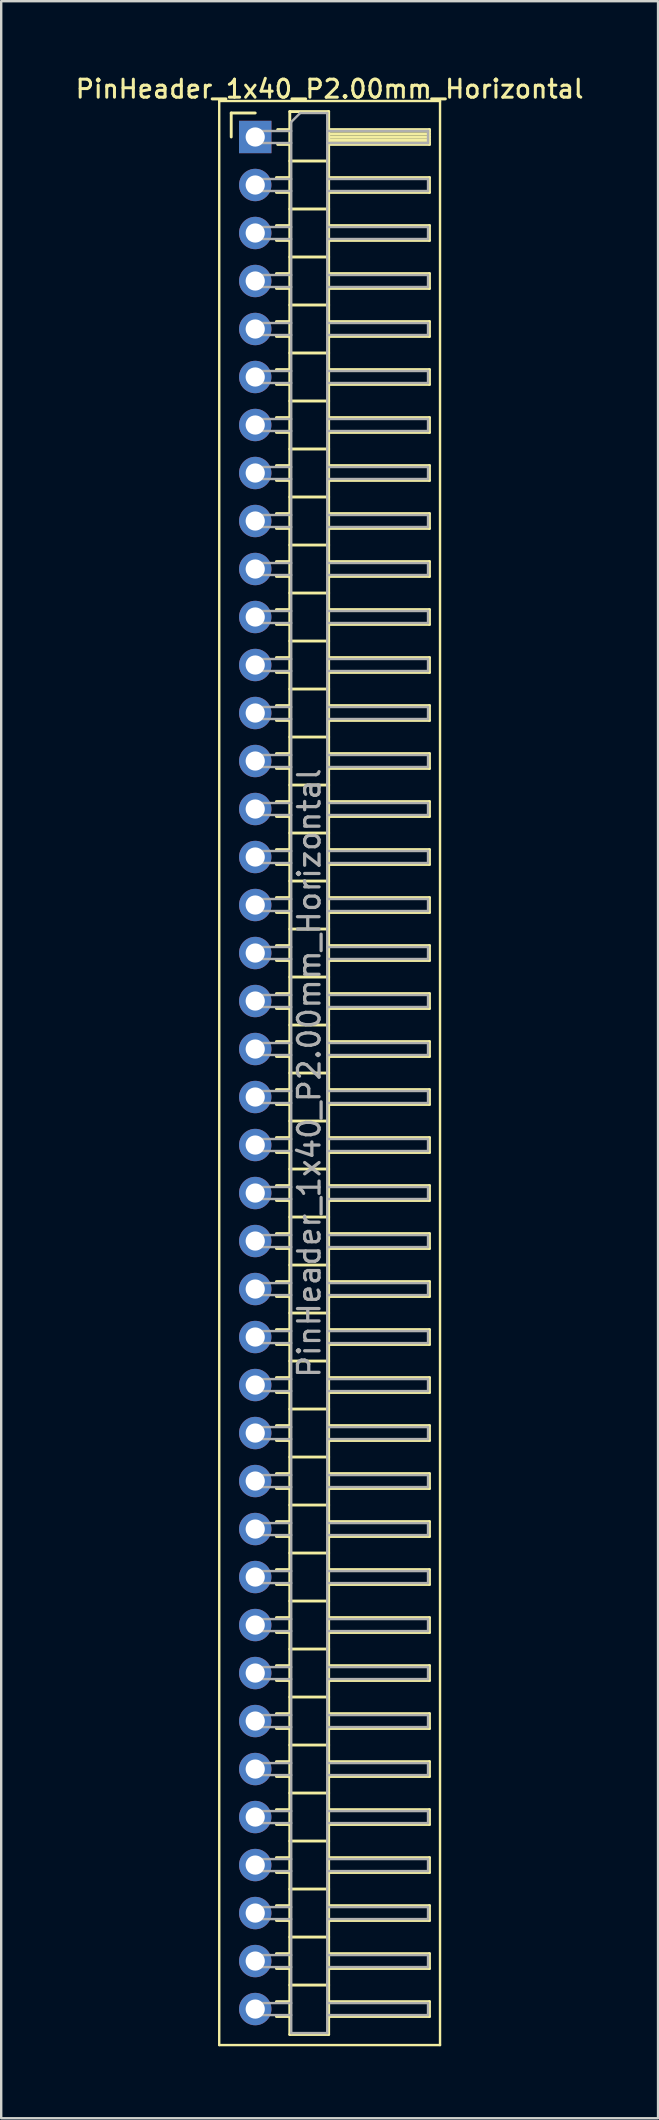
<source format=kicad_pcb>
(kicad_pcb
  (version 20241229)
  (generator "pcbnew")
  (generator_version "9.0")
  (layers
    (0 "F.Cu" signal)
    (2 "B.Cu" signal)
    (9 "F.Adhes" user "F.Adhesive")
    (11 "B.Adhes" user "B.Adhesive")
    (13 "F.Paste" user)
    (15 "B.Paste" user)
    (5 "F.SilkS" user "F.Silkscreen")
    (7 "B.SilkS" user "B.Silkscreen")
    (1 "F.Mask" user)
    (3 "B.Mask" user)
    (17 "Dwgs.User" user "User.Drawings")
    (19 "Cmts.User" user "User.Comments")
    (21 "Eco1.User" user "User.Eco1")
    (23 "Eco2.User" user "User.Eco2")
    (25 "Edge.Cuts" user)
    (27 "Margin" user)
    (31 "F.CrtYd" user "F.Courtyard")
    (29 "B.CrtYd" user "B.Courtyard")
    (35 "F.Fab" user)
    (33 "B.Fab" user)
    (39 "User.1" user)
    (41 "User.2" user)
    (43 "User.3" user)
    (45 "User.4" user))
  (footprint "PinHeader_1x40_P2.00mm_Horizontal"
    (layer "F.Cu")
    (at 7.584 2.658)
    (property "Reference" "PinHeader_1x40_P2.00mm_Horizontal" (at 3.1 -2 0) (layer "F.SilkS") (effects (font (size 0.75 0.75) (thickness 0.125))))
    (attr through_hole)
    (fp_line (start -1.5 -1.5) (end -1.5 79.5) (stroke (width 0.1) (type solid)) (layer "F.SilkS"))
    (fp_line (start -1.5 79.5) (end 7.7 79.5) (stroke (width 0.1) (type solid)) (layer "F.SilkS"))
    (fp_line (start -1 -1) (end 0 -1) (stroke (width 0.12) (type solid)) (layer "F.SilkS"))
    (fp_line (start -1 0) (end -1 -1) (stroke (width 0.12) (type solid)) (layer "F.SilkS"))
    (fp_line (start 0.882 1.69) (end 1.44 1.69) (stroke (width 0.12) (type solid)) (layer "F.SilkS"))
    (fp_line (start 0.882 2.31) (end 1.44 2.31) (stroke (width 0.12) (type solid)) (layer "F.SilkS"))
    (fp_line (start 0.882 3.69) (end 1.44 3.69) (stroke (width 0.12) (type solid)) (layer "F.SilkS"))
    (fp_line (start 0.882 4.31) (end 1.44 4.31) (stroke (width 0.12) (type solid)) (layer "F.SilkS"))
    (fp_line (start 0.882 5.69) (end 1.44 5.69) (stroke (width 0.12) (type solid)) (layer "F.SilkS"))
    (fp_line (start 0.882 6.31) (end 1.44 6.31) (stroke (width 0.12) (type solid)) (layer "F.SilkS"))
    (fp_line (start 0.882 7.69) (end 1.44 7.69) (stroke (width 0.12) (type solid)) (layer "F.SilkS"))
    (fp_line (start 0.882 8.31) (end 1.44 8.31) (stroke (width 0.12) (type solid)) (layer "F.SilkS"))
    (fp_line (start 0.882 9.69) (end 1.44 9.69) (stroke (width 0.12) (type solid)) (layer "F.SilkS"))
    (fp_line (start 0.882 10.31) (end 1.44 10.31) (stroke (width 0.12) (type solid)) (layer "F.SilkS"))
    (fp_line (start 0.882 11.69) (end 1.44 11.69) (stroke (width 0.12) (type solid)) (layer "F.SilkS"))
    (fp_line (start 0.882 12.31) (end 1.44 12.31) (stroke (width 0.12) (type solid)) (layer "F.SilkS"))
    (fp_line (start 0.882 13.69) (end 1.44 13.69) (stroke (width 0.12) (type solid)) (layer "F.SilkS"))
    (fp_line (start 0.882 14.31) (end 1.44 14.31) (stroke (width 0.12) (type solid)) (layer "F.SilkS"))
    (fp_line (start 0.882 15.69) (end 1.44 15.69) (stroke (width 0.12) (type solid)) (layer "F.SilkS"))
    (fp_line (start 0.882 16.31) (end 1.44 16.31) (stroke (width 0.12) (type solid)) (layer "F.SilkS"))
    (fp_line (start 0.882 17.69) (end 1.44 17.69) (stroke (width 0.12) (type solid)) (layer "F.SilkS"))
    (fp_line (start 0.882 18.31) (end 1.44 18.31) (stroke (width 0.12) (type solid)) (layer "F.SilkS"))
    (fp_line (start 0.882 19.69) (end 1.44 19.69) (stroke (width 0.12) (type solid)) (layer "F.SilkS"))
    (fp_line (start 0.882 20.31) (end 1.44 20.31) (stroke (width 0.12) (type solid)) (layer "F.SilkS"))
    (fp_line (start 0.882 21.69) (end 1.44 21.69) (stroke (width 0.12) (type solid)) (layer "F.SilkS"))
    (fp_line (start 0.882 22.31) (end 1.44 22.31) (stroke (width 0.12) (type solid)) (layer "F.SilkS"))
    (fp_line (start 0.882 23.69) (end 1.44 23.69) (stroke (width 0.12) (type solid)) (layer "F.SilkS"))
    (fp_line (start 0.882 24.31) (end 1.44 24.31) (stroke (width 0.12) (type solid)) (layer "F.SilkS"))
    (fp_line (start 0.882 25.69) (end 1.44 25.69) (stroke (width 0.12) (type solid)) (layer "F.SilkS"))
    (fp_line (start 0.882 26.31) (end 1.44 26.31) (stroke (width 0.12) (type solid)) (layer "F.SilkS"))
    (fp_line (start 0.882 27.69) (end 1.44 27.69) (stroke (width 0.12) (type solid)) (layer "F.SilkS"))
    (fp_line (start 0.882 28.31) (end 1.44 28.31) (stroke (width 0.12) (type solid)) (layer "F.SilkS"))
    (fp_line (start 0.882 29.69) (end 1.44 29.69) (stroke (width 0.12) (type solid)) (layer "F.SilkS"))
    (fp_line (start 0.882 30.31) (end 1.44 30.31) (stroke (width 0.12) (type solid)) (layer "F.SilkS"))
    (fp_line (start 0.882 31.69) (end 1.44 31.69) (stroke (width 0.12) (type solid)) (layer "F.SilkS"))
    (fp_line (start 0.882 32.31) (end 1.44 32.31) (stroke (width 0.12) (type solid)) (layer "F.SilkS"))
    (fp_line (start 0.882 33.69) (end 1.44 33.69) (stroke (width 0.12) (type solid)) (layer "F.SilkS"))
    (fp_line (start 0.882 34.31) (end 1.44 34.31) (stroke (width 0.12) (type solid)) (layer "F.SilkS"))
    (fp_line (start 0.882 35.69) (end 1.44 35.69) (stroke (width 0.12) (type solid)) (layer "F.SilkS"))
    (fp_line (start 0.882 36.31) (end 1.44 36.31) (stroke (width 0.12) (type solid)) (layer "F.SilkS"))
    (fp_line (start 0.882 37.69) (end 1.44 37.69) (stroke (width 0.12) (type solid)) (layer "F.SilkS"))
    (fp_line (start 0.882 38.31) (end 1.44 38.31) (stroke (width 0.12) (type solid)) (layer "F.SilkS"))
    (fp_line (start 0.882 39.69) (end 1.44 39.69) (stroke (width 0.12) (type solid)) (layer "F.SilkS"))
    (fp_line (start 0.882 40.31) (end 1.44 40.31) (stroke (width 0.12) (type solid)) (layer "F.SilkS"))
    (fp_line (start 0.882 41.69) (end 1.44 41.69) (stroke (width 0.12) (type solid)) (layer "F.SilkS"))
    (fp_line (start 0.882 42.31) (end 1.44 42.31) (stroke (width 0.12) (type solid)) (layer "F.SilkS"))
    (fp_line (start 0.882 43.69) (end 1.44 43.69) (stroke (width 0.12) (type solid)) (layer "F.SilkS"))
    (fp_line (start 0.882 44.31) (end 1.44 44.31) (stroke (width 0.12) (type solid)) (layer "F.SilkS"))
    (fp_line (start 0.882 45.69) (end 1.44 45.69) (stroke (width 0.12) (type solid)) (layer "F.SilkS"))
    (fp_line (start 0.882 46.31) (end 1.44 46.31) (stroke (width 0.12) (type solid)) (layer "F.SilkS"))
    (fp_line (start 0.882 47.69) (end 1.44 47.69) (stroke (width 0.12) (type solid)) (layer "F.SilkS"))
    (fp_line (start 0.882 48.31) (end 1.44 48.31) (stroke (width 0.12) (type solid)) (layer "F.SilkS"))
    (fp_line (start 0.882 49.69) (end 1.44 49.69) (stroke (width 0.12) (type solid)) (layer "F.SilkS"))
    (fp_line (start 0.882 50.31) (end 1.44 50.31) (stroke (width 0.12) (type solid)) (layer "F.SilkS"))
    (fp_line (start 0.882 51.69) (end 1.44 51.69) (stroke (width 0.12) (type solid)) (layer "F.SilkS"))
    (fp_line (start 0.882 52.31) (end 1.44 52.31) (stroke (width 0.12) (type solid)) (layer "F.SilkS"))
    (fp_line (start 0.882 53.69) (end 1.44 53.69) (stroke (width 0.12) (type solid)) (layer "F.SilkS"))
    (fp_line (start 0.882 54.31) (end 1.44 54.31) (stroke (width 0.12) (type solid)) (layer "F.SilkS"))
    (fp_line (start 0.882 55.69) (end 1.44 55.69) (stroke (width 0.12) (type solid)) (layer "F.SilkS"))
    (fp_line (start 0.882 56.31) (end 1.44 56.31) (stroke (width 0.12) (type solid)) (layer "F.SilkS"))
    (fp_line (start 0.882 57.69) (end 1.44 57.69) (stroke (width 0.12) (type solid)) (layer "F.SilkS"))
    (fp_line (start 0.882 58.31) (end 1.44 58.31) (stroke (width 0.12) (type solid)) (layer "F.SilkS"))
    (fp_line (start 0.882 59.69) (end 1.44 59.69) (stroke (width 0.12) (type solid)) (layer "F.SilkS"))
    (fp_line (start 0.882 60.31) (end 1.44 60.31) (stroke (width 0.12) (type solid)) (layer "F.SilkS"))
    (fp_line (start 0.882 61.69) (end 1.44 61.69) (stroke (width 0.12) (type solid)) (layer "F.SilkS"))
    (fp_line (start 0.882 62.31) (end 1.44 62.31) (stroke (width 0.12) (type solid)) (layer "F.SilkS"))
    (fp_line (start 0.882 63.69) (end 1.44 63.69) (stroke (width 0.12) (type solid)) (layer "F.SilkS"))
    (fp_line (start 0.882 64.31) (end 1.44 64.31) (stroke (width 0.12) (type solid)) (layer "F.SilkS"))
    (fp_line (start 0.882 65.69) (end 1.44 65.69) (stroke (width 0.12) (type solid)) (layer "F.SilkS"))
    (fp_line (start 0.882 66.31) (end 1.44 66.31) (stroke (width 0.12) (type solid)) (layer "F.SilkS"))
    (fp_line (start 0.882 67.69) (end 1.44 67.69) (stroke (width 0.12) (type solid)) (layer "F.SilkS"))
    (fp_line (start 0.882 68.31) (end 1.44 68.31) (stroke (width 0.12) (type solid)) (layer "F.SilkS"))
    (fp_line (start 0.882 69.69) (end 1.44 69.69) (stroke (width 0.12) (type solid)) (layer "F.SilkS"))
    (fp_line (start 0.882 70.31) (end 1.44 70.31) (stroke (width 0.12) (type solid)) (layer "F.SilkS"))
    (fp_line (start 0.882 71.69) (end 1.44 71.69) (stroke (width 0.12) (type solid)) (layer "F.SilkS"))
    (fp_line (start 0.882 72.31) (end 1.44 72.31) (stroke (width 0.12) (type solid)) (layer "F.SilkS"))
    (fp_line (start 0.882 73.69) (end 1.44 73.69) (stroke (width 0.12) (type solid)) (layer "F.SilkS"))
    (fp_line (start 0.882 74.31) (end 1.44 74.31) (stroke (width 0.12) (type solid)) (layer "F.SilkS"))
    (fp_line (start 0.882 75.69) (end 1.44 75.69) (stroke (width 0.12) (type solid)) (layer "F.SilkS"))
    (fp_line (start 0.882 76.31) (end 1.44 76.31) (stroke (width 0.12) (type solid)) (layer "F.SilkS"))
    (fp_line (start 0.882 77.69) (end 1.44 77.69) (stroke (width 0.12) (type solid)) (layer "F.SilkS"))
    (fp_line (start 0.882 78.31) (end 1.44 78.31) (stroke (width 0.12) (type solid)) (layer "F.SilkS"))
    (fp_line (start 0.935 -0.31) (end 1.44 -0.31) (stroke (width 0.12) (type solid)) (layer "F.SilkS"))
    (fp_line (start 0.935 0.31) (end 1.44 0.31) (stroke (width 0.12) (type solid)) (layer "F.SilkS"))
    (fp_line (start 1.44 -1.06) (end 1.44 79.06) (stroke (width 0.12) (type solid)) (layer "F.SilkS"))
    (fp_line (start 1.44 1) (end 3.06 1) (stroke (width 0.12) (type solid)) (layer "F.SilkS"))
    (fp_line (start 1.44 3) (end 3.06 3) (stroke (width 0.12) (type solid)) (layer "F.SilkS"))
    (fp_line (start 1.44 5) (end 3.06 5) (stroke (width 0.12) (type solid)) (layer "F.SilkS"))
    (fp_line (start 1.44 7) (end 3.06 7) (stroke (width 0.12) (type solid)) (layer "F.SilkS"))
    (fp_line (start 1.44 9) (end 3.06 9) (stroke (width 0.12) (type solid)) (layer "F.SilkS"))
    (fp_line (start 1.44 11) (end 3.06 11) (stroke (width 0.12) (type solid)) (layer "F.SilkS"))
    (fp_line (start 1.44 13) (end 3.06 13) (stroke (width 0.12) (type solid)) (layer "F.SilkS"))
    (fp_line (start 1.44 15) (end 3.06 15) (stroke (width 0.12) (type solid)) (layer "F.SilkS"))
    (fp_line (start 1.44 17) (end 3.06 17) (stroke (width 0.12) (type solid)) (layer "F.SilkS"))
    (fp_line (start 1.44 19) (end 3.06 19) (stroke (width 0.12) (type solid)) (layer "F.SilkS"))
    (fp_line (start 1.44 21) (end 3.06 21) (stroke (width 0.12) (type solid)) (layer "F.SilkS"))
    (fp_line (start 1.44 23) (end 3.06 23) (stroke (width 0.12) (type solid)) (layer "F.SilkS"))
    (fp_line (start 1.44 25) (end 3.06 25) (stroke (width 0.12) (type solid)) (layer "F.SilkS"))
    (fp_line (start 1.44 27) (end 3.06 27) (stroke (width 0.12) (type solid)) (layer "F.SilkS"))
    (fp_line (start 1.44 29) (end 3.06 29) (stroke (width 0.12) (type solid)) (layer "F.SilkS"))
    (fp_line (start 1.44 31) (end 3.06 31) (stroke (width 0.12) (type solid)) (layer "F.SilkS"))
    (fp_line (start 1.44 33) (end 3.06 33) (stroke (width 0.12) (type solid)) (layer "F.SilkS"))
    (fp_line (start 1.44 35) (end 3.06 35) (stroke (width 0.12) (type solid)) (layer "F.SilkS"))
    (fp_line (start 1.44 37) (end 3.06 37) (stroke (width 0.12) (type solid)) (layer "F.SilkS"))
    (fp_line (start 1.44 39) (end 3.06 39) (stroke (width 0.12) (type solid)) (layer "F.SilkS"))
    (fp_line (start 1.44 41) (end 3.06 41) (stroke (width 0.12) (type solid)) (layer "F.SilkS"))
    (fp_line (start 1.44 43) (end 3.06 43) (stroke (width 0.12) (type solid)) (layer "F.SilkS"))
    (fp_line (start 1.44 45) (end 3.06 45) (stroke (width 0.12) (type solid)) (layer "F.SilkS"))
    (fp_line (start 1.44 47) (end 3.06 47) (stroke (width 0.12) (type solid)) (layer "F.SilkS"))
    (fp_line (start 1.44 49) (end 3.06 49) (stroke (width 0.12) (type solid)) (layer "F.SilkS"))
    (fp_line (start 1.44 51) (end 3.06 51) (stroke (width 0.12) (type solid)) (layer "F.SilkS"))
    (fp_line (start 1.44 53) (end 3.06 53) (stroke (width 0.12) (type solid)) (layer "F.SilkS"))
    (fp_line (start 1.44 55) (end 3.06 55) (stroke (width 0.12) (type solid)) (layer "F.SilkS"))
    (fp_line (start 1.44 57) (end 3.06 57) (stroke (width 0.12) (type solid)) (layer "F.SilkS"))
    (fp_line (start 1.44 59) (end 3.06 59) (stroke (width 0.12) (type solid)) (layer "F.SilkS"))
    (fp_line (start 1.44 61) (end 3.06 61) (stroke (width 0.12) (type solid)) (layer "F.SilkS"))
    (fp_line (start 1.44 63) (end 3.06 63) (stroke (width 0.12) (type solid)) (layer "F.SilkS"))
    (fp_line (start 1.44 65) (end 3.06 65) (stroke (width 0.12) (type solid)) (layer "F.SilkS"))
    (fp_line (start 1.44 67) (end 3.06 67) (stroke (width 0.12) (type solid)) (layer "F.SilkS"))
    (fp_line (start 1.44 69) (end 3.06 69) (stroke (width 0.12) (type solid)) (layer "F.SilkS"))
    (fp_line (start 1.44 71) (end 3.06 71) (stroke (width 0.12) (type solid)) (layer "F.SilkS"))
    (fp_line (start 1.44 73) (end 3.06 73) (stroke (width 0.12) (type solid)) (layer "F.SilkS"))
    (fp_line (start 1.44 75) (end 3.06 75) (stroke (width 0.12) (type solid)) (layer "F.SilkS"))
    (fp_line (start 1.44 77) (end 3.06 77) (stroke (width 0.12) (type solid)) (layer "F.SilkS"))
    (fp_line (start 1.44 79.06) (end 3.06 79.06) (stroke (width 0.12) (type solid)) (layer "F.SilkS"))
    (fp_line (start 3.06 -1.06) (end 1.44 -1.06) (stroke (width 0.12) (type solid)) (layer "F.SilkS"))
    (fp_line (start 3.06 -0.31) (end 7.26 -0.31) (stroke (width 0.12) (type solid)) (layer "F.SilkS"))
    (fp_line (start 3.06 -0.25) (end 7.26 -0.25) (stroke (width 0.12) (type solid)) (layer "F.SilkS"))
    (fp_line (start 3.06 -0.13) (end 7.26 -0.13) (stroke (width 0.12) (type solid)) (layer "F.SilkS"))
    (fp_line (start 3.06 -0.01) (end 7.26 -0.01) (stroke (width 0.12) (type solid)) (layer "F.SilkS"))
    (fp_line (start 3.06 0.11) (end 7.26 0.11) (stroke (width 0.12) (type solid)) (layer "F.SilkS"))
    (fp_line (start 3.06 0.23) (end 7.26 0.23) (stroke (width 0.12) (type solid)) (layer "F.SilkS"))
    (fp_line (start 3.06 1.69) (end 7.26 1.69) (stroke (width 0.12) (type solid)) (layer "F.SilkS"))
    (fp_line (start 3.06 3.69) (end 7.26 3.69) (stroke (width 0.12) (type solid)) (layer "F.SilkS"))
    (fp_line (start 3.06 5.69) (end 7.26 5.69) (stroke (width 0.12) (type solid)) (layer "F.SilkS"))
    (fp_line (start 3.06 7.69) (end 7.26 7.69) (stroke (width 0.12) (type solid)) (layer "F.SilkS"))
    (fp_line (start 3.06 9.69) (end 7.26 9.69) (stroke (width 0.12) (type solid)) (layer "F.SilkS"))
    (fp_line (start 3.06 11.69) (end 7.26 11.69) (stroke (width 0.12) (type solid)) (layer "F.SilkS"))
    (fp_line (start 3.06 13.69) (end 7.26 13.69) (stroke (width 0.12) (type solid)) (layer "F.SilkS"))
    (fp_line (start 3.06 15.69) (end 7.26 15.69) (stroke (width 0.12) (type solid)) (layer "F.SilkS"))
    (fp_line (start 3.06 17.69) (end 7.26 17.69) (stroke (width 0.12) (type solid)) (layer "F.SilkS"))
    (fp_line (start 3.06 19.69) (end 7.26 19.69) (stroke (width 0.12) (type solid)) (layer "F.SilkS"))
    (fp_line (start 3.06 21.69) (end 7.26 21.69) (stroke (width 0.12) (type solid)) (layer "F.SilkS"))
    (fp_line (start 3.06 23.69) (end 7.26 23.69) (stroke (width 0.12) (type solid)) (layer "F.SilkS"))
    (fp_line (start 3.06 25.69) (end 7.26 25.69) (stroke (width 0.12) (type solid)) (layer "F.SilkS"))
    (fp_line (start 3.06 27.69) (end 7.26 27.69) (stroke (width 0.12) (type solid)) (layer "F.SilkS"))
    (fp_line (start 3.06 29.69) (end 7.26 29.69) (stroke (width 0.12) (type solid)) (layer "F.SilkS"))
    (fp_line (start 3.06 31.69) (end 7.26 31.69) (stroke (width 0.12) (type solid)) (layer "F.SilkS"))
    (fp_line (start 3.06 33.69) (end 7.26 33.69) (stroke (width 0.12) (type solid)) (layer "F.SilkS"))
    (fp_line (start 3.06 35.69) (end 7.26 35.69) (stroke (width 0.12) (type solid)) (layer "F.SilkS"))
    (fp_line (start 3.06 37.69) (end 7.26 37.69) (stroke (width 0.12) (type solid)) (layer "F.SilkS"))
    (fp_line (start 3.06 39.69) (end 7.26 39.69) (stroke (width 0.12) (type solid)) (layer "F.SilkS"))
    (fp_line (start 3.06 41.69) (end 7.26 41.69) (stroke (width 0.12) (type solid)) (layer "F.SilkS"))
    (fp_line (start 3.06 43.69) (end 7.26 43.69) (stroke (width 0.12) (type solid)) (layer "F.SilkS"))
    (fp_line (start 3.06 45.69) (end 7.26 45.69) (stroke (width 0.12) (type solid)) (layer "F.SilkS"))
    (fp_line (start 3.06 47.69) (end 7.26 47.69) (stroke (width 0.12) (type solid)) (layer "F.SilkS"))
    (fp_line (start 3.06 49.69) (end 7.26 49.69) (stroke (width 0.12) (type solid)) (layer "F.SilkS"))
    (fp_line (start 3.06 51.69) (end 7.26 51.69) (stroke (width 0.12) (type solid)) (layer "F.SilkS"))
    (fp_line (start 3.06 53.69) (end 7.26 53.69) (stroke (width 0.12) (type solid)) (layer "F.SilkS"))
    (fp_line (start 3.06 55.69) (end 7.26 55.69) (stroke (width 0.12) (type solid)) (layer "F.SilkS"))
    (fp_line (start 3.06 57.69) (end 7.26 57.69) (stroke (width 0.12) (type solid)) (layer "F.SilkS"))
    (fp_line (start 3.06 59.69) (end 7.26 59.69) (stroke (width 0.12) (type solid)) (layer "F.SilkS"))
    (fp_line (start 3.06 61.69) (end 7.26 61.69) (stroke (width 0.12) (type solid)) (layer "F.SilkS"))
    (fp_line (start 3.06 63.69) (end 7.26 63.69) (stroke (width 0.12) (type solid)) (layer "F.SilkS"))
    (fp_line (start 3.06 65.69) (end 7.26 65.69) (stroke (width 0.12) (type solid)) (layer "F.SilkS"))
    (fp_line (start 3.06 67.69) (end 7.26 67.69) (stroke (width 0.12) (type solid)) (layer "F.SilkS"))
    (fp_line (start 3.06 69.69) (end 7.26 69.69) (stroke (width 0.12) (type solid)) (layer "F.SilkS"))
    (fp_line (start 3.06 71.69) (end 7.26 71.69) (stroke (width 0.12) (type solid)) (layer "F.SilkS"))
    (fp_line (start 3.06 73.69) (end 7.26 73.69) (stroke (width 0.12) (type solid)) (layer "F.SilkS"))
    (fp_line (start 3.06 75.69) (end 7.26 75.69) (stroke (width 0.12) (type solid)) (layer "F.SilkS"))
    (fp_line (start 3.06 77.69) (end 7.26 77.69) (stroke (width 0.12) (type solid)) (layer "F.SilkS"))
    (fp_line (start 3.06 79.06) (end 3.06 -1.06) (stroke (width 0.12) (type solid)) (layer "F.SilkS"))
    (fp_line (start 7.26 -0.31) (end 7.26 0.31) (stroke (width 0.12) (type solid)) (layer "F.SilkS"))
    (fp_line (start 7.26 0.31) (end 3.06 0.31) (stroke (width 0.12) (type solid)) (layer "F.SilkS"))
    (fp_line (start 7.26 1.69) (end 7.26 2.31) (stroke (width 0.12) (type solid)) (layer "F.SilkS"))
    (fp_line (start 7.26 2.31) (end 3.06 2.31) (stroke (width 0.12) (type solid)) (layer "F.SilkS"))
    (fp_line (start 7.26 3.69) (end 7.26 4.31) (stroke (width 0.12) (type solid)) (layer "F.SilkS"))
    (fp_line (start 7.26 4.31) (end 3.06 4.31) (stroke (width 0.12) (type solid)) (layer "F.SilkS"))
    (fp_line (start 7.26 5.69) (end 7.26 6.31) (stroke (width 0.12) (type solid)) (layer "F.SilkS"))
    (fp_line (start 7.26 6.31) (end 3.06 6.31) (stroke (width 0.12) (type solid)) (layer "F.SilkS"))
    (fp_line (start 7.26 7.69) (end 7.26 8.31) (stroke (width 0.12) (type solid)) (layer "F.SilkS"))
    (fp_line (start 7.26 8.31) (end 3.06 8.31) (stroke (width 0.12) (type solid)) (layer "F.SilkS"))
    (fp_line (start 7.26 9.69) (end 7.26 10.31) (stroke (width 0.12) (type solid)) (layer "F.SilkS"))
    (fp_line (start 7.26 10.31) (end 3.06 10.31) (stroke (width 0.12) (type solid)) (layer "F.SilkS"))
    (fp_line (start 7.26 11.69) (end 7.26 12.31) (stroke (width 0.12) (type solid)) (layer "F.SilkS"))
    (fp_line (start 7.26 12.31) (end 3.06 12.31) (stroke (width 0.12) (type solid)) (layer "F.SilkS"))
    (fp_line (start 7.26 13.69) (end 7.26 14.31) (stroke (width 0.12) (type solid)) (layer "F.SilkS"))
    (fp_line (start 7.26 14.31) (end 3.06 14.31) (stroke (width 0.12) (type solid)) (layer "F.SilkS"))
    (fp_line (start 7.26 15.69) (end 7.26 16.31) (stroke (width 0.12) (type solid)) (layer "F.SilkS"))
    (fp_line (start 7.26 16.31) (end 3.06 16.31) (stroke (width 0.12) (type solid)) (layer "F.SilkS"))
    (fp_line (start 7.26 17.69) (end 7.26 18.31) (stroke (width 0.12) (type solid)) (layer "F.SilkS"))
    (fp_line (start 7.26 18.31) (end 3.06 18.31) (stroke (width 0.12) (type solid)) (layer "F.SilkS"))
    (fp_line (start 7.26 19.69) (end 7.26 20.31) (stroke (width 0.12) (type solid)) (layer "F.SilkS"))
    (fp_line (start 7.26 20.31) (end 3.06 20.31) (stroke (width 0.12) (type solid)) (layer "F.SilkS"))
    (fp_line (start 7.26 21.69) (end 7.26 22.31) (stroke (width 0.12) (type solid)) (layer "F.SilkS"))
    (fp_line (start 7.26 22.31) (end 3.06 22.31) (stroke (width 0.12) (type solid)) (layer "F.SilkS"))
    (fp_line (start 7.26 23.69) (end 7.26 24.31) (stroke (width 0.12) (type solid)) (layer "F.SilkS"))
    (fp_line (start 7.26 24.31) (end 3.06 24.31) (stroke (width 0.12) (type solid)) (layer "F.SilkS"))
    (fp_line (start 7.26 25.69) (end 7.26 26.31) (stroke (width 0.12) (type solid)) (layer "F.SilkS"))
    (fp_line (start 7.26 26.31) (end 3.06 26.31) (stroke (width 0.12) (type solid)) (layer "F.SilkS"))
    (fp_line (start 7.26 27.69) (end 7.26 28.31) (stroke (width 0.12) (type solid)) (layer "F.SilkS"))
    (fp_line (start 7.26 28.31) (end 3.06 28.31) (stroke (width 0.12) (type solid)) (layer "F.SilkS"))
    (fp_line (start 7.26 29.69) (end 7.26 30.31) (stroke (width 0.12) (type solid)) (layer "F.SilkS"))
    (fp_line (start 7.26 30.31) (end 3.06 30.31) (stroke (width 0.12) (type solid)) (layer "F.SilkS"))
    (fp_line (start 7.26 31.69) (end 7.26 32.31) (stroke (width 0.12) (type solid)) (layer "F.SilkS"))
    (fp_line (start 7.26 32.31) (end 3.06 32.31) (stroke (width 0.12) (type solid)) (layer "F.SilkS"))
    (fp_line (start 7.26 33.69) (end 7.26 34.31) (stroke (width 0.12) (type solid)) (layer "F.SilkS"))
    (fp_line (start 7.26 34.31) (end 3.06 34.31) (stroke (width 0.12) (type solid)) (layer "F.SilkS"))
    (fp_line (start 7.26 35.69) (end 7.26 36.31) (stroke (width 0.12) (type solid)) (layer "F.SilkS"))
    (fp_line (start 7.26 36.31) (end 3.06 36.31) (stroke (width 0.12) (type solid)) (layer "F.SilkS"))
    (fp_line (start 7.26 37.69) (end 7.26 38.31) (stroke (width 0.12) (type solid)) (layer "F.SilkS"))
    (fp_line (start 7.26 38.31) (end 3.06 38.31) (stroke (width 0.12) (type solid)) (layer "F.SilkS"))
    (fp_line (start 7.26 39.69) (end 7.26 40.31) (stroke (width 0.12) (type solid)) (layer "F.SilkS"))
    (fp_line (start 7.26 40.31) (end 3.06 40.31) (stroke (width 0.12) (type solid)) (layer "F.SilkS"))
    (fp_line (start 7.26 41.69) (end 7.26 42.31) (stroke (width 0.12) (type solid)) (layer "F.SilkS"))
    (fp_line (start 7.26 42.31) (end 3.06 42.31) (stroke (width 0.12) (type solid)) (layer "F.SilkS"))
    (fp_line (start 7.26 43.69) (end 7.26 44.31) (stroke (width 0.12) (type solid)) (layer "F.SilkS"))
    (fp_line (start 7.26 44.31) (end 3.06 44.31) (stroke (width 0.12) (type solid)) (layer "F.SilkS"))
    (fp_line (start 7.26 45.69) (end 7.26 46.31) (stroke (width 0.12) (type solid)) (layer "F.SilkS"))
    (fp_line (start 7.26 46.31) (end 3.06 46.31) (stroke (width 0.12) (type solid)) (layer "F.SilkS"))
    (fp_line (start 7.26 47.69) (end 7.26 48.31) (stroke (width 0.12) (type solid)) (layer "F.SilkS"))
    (fp_line (start 7.26 48.31) (end 3.06 48.31) (stroke (width 0.12) (type solid)) (layer "F.SilkS"))
    (fp_line (start 7.26 49.69) (end 7.26 50.31) (stroke (width 0.12) (type solid)) (layer "F.SilkS"))
    (fp_line (start 7.26 50.31) (end 3.06 50.31) (stroke (width 0.12) (type solid)) (layer "F.SilkS"))
    (fp_line (start 7.26 51.69) (end 7.26 52.31) (stroke (width 0.12) (type solid)) (layer "F.SilkS"))
    (fp_line (start 7.26 52.31) (end 3.06 52.31) (stroke (width 0.12) (type solid)) (layer "F.SilkS"))
    (fp_line (start 7.26 53.69) (end 7.26 54.31) (stroke (width 0.12) (type solid)) (layer "F.SilkS"))
    (fp_line (start 7.26 54.31) (end 3.06 54.31) (stroke (width 0.12) (type solid)) (layer "F.SilkS"))
    (fp_line (start 7.26 55.69) (end 7.26 56.31) (stroke (width 0.12) (type solid)) (layer "F.SilkS"))
    (fp_line (start 7.26 56.31) (end 3.06 56.31) (stroke (width 0.12) (type solid)) (layer "F.SilkS"))
    (fp_line (start 7.26 57.69) (end 7.26 58.31) (stroke (width 0.12) (type solid)) (layer "F.SilkS"))
    (fp_line (start 7.26 58.31) (end 3.06 58.31) (stroke (width 0.12) (type solid)) (layer "F.SilkS"))
    (fp_line (start 7.26 59.69) (end 7.26 60.31) (stroke (width 0.12) (type solid)) (layer "F.SilkS"))
    (fp_line (start 7.26 60.31) (end 3.06 60.31) (stroke (width 0.12) (type solid)) (layer "F.SilkS"))
    (fp_line (start 7.26 61.69) (end 7.26 62.31) (stroke (width 0.12) (type solid)) (layer "F.SilkS"))
    (fp_line (start 7.26 62.31) (end 3.06 62.31) (stroke (width 0.12) (type solid)) (layer "F.SilkS"))
    (fp_line (start 7.26 63.69) (end 7.26 64.31) (stroke (width 0.12) (type solid)) (layer "F.SilkS"))
    (fp_line (start 7.26 64.31) (end 3.06 64.31) (stroke (width 0.12) (type solid)) (layer "F.SilkS"))
    (fp_line (start 7.26 65.69) (end 7.26 66.31) (stroke (width 0.12) (type solid)) (layer "F.SilkS"))
    (fp_line (start 7.26 66.31) (end 3.06 66.31) (stroke (width 0.12) (type solid)) (layer "F.SilkS"))
    (fp_line (start 7.26 67.69) (end 7.26 68.31) (stroke (width 0.12) (type solid)) (layer "F.SilkS"))
    (fp_line (start 7.26 68.31) (end 3.06 68.31) (stroke (width 0.12) (type solid)) (layer "F.SilkS"))
    (fp_line (start 7.26 69.69) (end 7.26 70.31) (stroke (width 0.12) (type solid)) (layer "F.SilkS"))
    (fp_line (start 7.26 70.31) (end 3.06 70.31) (stroke (width 0.12) (type solid)) (layer "F.SilkS"))
    (fp_line (start 7.26 71.69) (end 7.26 72.31) (stroke (width 0.12) (type solid)) (layer "F.SilkS"))
    (fp_line (start 7.26 72.31) (end 3.06 72.31) (stroke (width 0.12) (type solid)) (layer "F.SilkS"))
    (fp_line (start 7.26 73.69) (end 7.26 74.31) (stroke (width 0.12) (type solid)) (layer "F.SilkS"))
    (fp_line (start 7.26 74.31) (end 3.06 74.31) (stroke (width 0.12) (type solid)) (layer "F.SilkS"))
    (fp_line (start 7.26 75.69) (end 7.26 76.31) (stroke (width 0.12) (type solid)) (layer "F.SilkS"))
    (fp_line (start 7.26 76.31) (end 3.06 76.31) (stroke (width 0.12) (type solid)) (layer "F.SilkS"))
    (fp_line (start 7.26 77.69) (end 7.26 78.31) (stroke (width 0.12) (type solid)) (layer "F.SilkS"))
    (fp_line (start 7.26 78.31) (end 3.06 78.31) (stroke (width 0.12) (type solid)) (layer "F.SilkS"))
    (fp_line (start 7.7 -1.5) (end -1.5 -1.5) (stroke (width 0.1) (type solid)) (layer "F.SilkS"))
    (fp_line (start 7.7 79.5) (end 7.7 -1.5) (stroke (width 0.1) (type solid)) (layer "F.SilkS"))
    (fp_line (start -0.25 -0.25) (end -0.25 0.25) (stroke (width 0.1) (type solid)) (layer "F.Fab"))
    (fp_line (start -0.25 -0.25) (end 1.5 -0.25) (stroke (width 0.1) (type solid)) (layer "F.Fab"))
    (fp_line (start -0.25 0.25) (end 1.5 0.25) (stroke (width 0.1) (type solid)) (layer "F.Fab"))
    (fp_line (start -0.25 1.75) (end -0.25 2.25) (stroke (width 0.1) (type solid)) (layer "F.Fab"))
    (fp_line (start -0.25 1.75) (end 1.5 1.75) (stroke (width 0.1) (type solid)) (layer "F.Fab"))
    (fp_line (start -0.25 2.25) (end 1.5 2.25) (stroke (width 0.1) (type solid)) (layer "F.Fab"))
    (fp_line (start -0.25 3.75) (end -0.25 4.25) (stroke (width 0.1) (type solid)) (layer "F.Fab"))
    (fp_line (start -0.25 3.75) (end 1.5 3.75) (stroke (width 0.1) (type solid)) (layer "F.Fab"))
    (fp_line (start -0.25 4.25) (end 1.5 4.25) (stroke (width 0.1) (type solid)) (layer "F.Fab"))
    (fp_line (start -0.25 5.75) (end -0.25 6.25) (stroke (width 0.1) (type solid)) (layer "F.Fab"))
    (fp_line (start -0.25 5.75) (end 1.5 5.75) (stroke (width 0.1) (type solid)) (layer "F.Fab"))
    (fp_line (start -0.25 6.25) (end 1.5 6.25) (stroke (width 0.1) (type solid)) (layer "F.Fab"))
    (fp_line (start -0.25 7.75) (end -0.25 8.25) (stroke (width 0.1) (type solid)) (layer "F.Fab"))
    (fp_line (start -0.25 7.75) (end 1.5 7.75) (stroke (width 0.1) (type solid)) (layer "F.Fab"))
    (fp_line (start -0.25 8.25) (end 1.5 8.25) (stroke (width 0.1) (type solid)) (layer "F.Fab"))
    (fp_line (start -0.25 9.75) (end -0.25 10.25) (stroke (width 0.1) (type solid)) (layer "F.Fab"))
    (fp_line (start -0.25 9.75) (end 1.5 9.75) (stroke (width 0.1) (type solid)) (layer "F.Fab"))
    (fp_line (start -0.25 10.25) (end 1.5 10.25) (stroke (width 0.1) (type solid)) (layer "F.Fab"))
    (fp_line (start -0.25 11.75) (end -0.25 12.25) (stroke (width 0.1) (type solid)) (layer "F.Fab"))
    (fp_line (start -0.25 11.75) (end 1.5 11.75) (stroke (width 0.1) (type solid)) (layer "F.Fab"))
    (fp_line (start -0.25 12.25) (end 1.5 12.25) (stroke (width 0.1) (type solid)) (layer "F.Fab"))
    (fp_line (start -0.25 13.75) (end -0.25 14.25) (stroke (width 0.1) (type solid)) (layer "F.Fab"))
    (fp_line (start -0.25 13.75) (end 1.5 13.75) (stroke (width 0.1) (type solid)) (layer "F.Fab"))
    (fp_line (start -0.25 14.25) (end 1.5 14.25) (stroke (width 0.1) (type solid)) (layer "F.Fab"))
    (fp_line (start -0.25 15.75) (end -0.25 16.25) (stroke (width 0.1) (type solid)) (layer "F.Fab"))
    (fp_line (start -0.25 15.75) (end 1.5 15.75) (stroke (width 0.1) (type solid)) (layer "F.Fab"))
    (fp_line (start -0.25 16.25) (end 1.5 16.25) (stroke (width 0.1) (type solid)) (layer "F.Fab"))
    (fp_line (start -0.25 17.75) (end -0.25 18.25) (stroke (width 0.1) (type solid)) (layer "F.Fab"))
    (fp_line (start -0.25 17.75) (end 1.5 17.75) (stroke (width 0.1) (type solid)) (layer "F.Fab"))
    (fp_line (start -0.25 18.25) (end 1.5 18.25) (stroke (width 0.1) (type solid)) (layer "F.Fab"))
    (fp_line (start -0.25 19.75) (end -0.25 20.25) (stroke (width 0.1) (type solid)) (layer "F.Fab"))
    (fp_line (start -0.25 19.75) (end 1.5 19.75) (stroke (width 0.1) (type solid)) (layer "F.Fab"))
    (fp_line (start -0.25 20.25) (end 1.5 20.25) (stroke (width 0.1) (type solid)) (layer "F.Fab"))
    (fp_line (start -0.25 21.75) (end -0.25 22.25) (stroke (width 0.1) (type solid)) (layer "F.Fab"))
    (fp_line (start -0.25 21.75) (end 1.5 21.75) (stroke (width 0.1) (type solid)) (layer "F.Fab"))
    (fp_line (start -0.25 22.25) (end 1.5 22.25) (stroke (width 0.1) (type solid)) (layer "F.Fab"))
    (fp_line (start -0.25 23.75) (end -0.25 24.25) (stroke (width 0.1) (type solid)) (layer "F.Fab"))
    (fp_line (start -0.25 23.75) (end 1.5 23.75) (stroke (width 0.1) (type solid)) (layer "F.Fab"))
    (fp_line (start -0.25 24.25) (end 1.5 24.25) (stroke (width 0.1) (type solid)) (layer "F.Fab"))
    (fp_line (start -0.25 25.75) (end -0.25 26.25) (stroke (width 0.1) (type solid)) (layer "F.Fab"))
    (fp_line (start -0.25 25.75) (end 1.5 25.75) (stroke (width 0.1) (type solid)) (layer "F.Fab"))
    (fp_line (start -0.25 26.25) (end 1.5 26.25) (stroke (width 0.1) (type solid)) (layer "F.Fab"))
    (fp_line (start -0.25 27.75) (end -0.25 28.25) (stroke (width 0.1) (type solid)) (layer "F.Fab"))
    (fp_line (start -0.25 27.75) (end 1.5 27.75) (stroke (width 0.1) (type solid)) (layer "F.Fab"))
    (fp_line (start -0.25 28.25) (end 1.5 28.25) (stroke (width 0.1) (type solid)) (layer "F.Fab"))
    (fp_line (start -0.25 29.75) (end -0.25 30.25) (stroke (width 0.1) (type solid)) (layer "F.Fab"))
    (fp_line (start -0.25 29.75) (end 1.5 29.75) (stroke (width 0.1) (type solid)) (layer "F.Fab"))
    (fp_line (start -0.25 30.25) (end 1.5 30.25) (stroke (width 0.1) (type solid)) (layer "F.Fab"))
    (fp_line (start -0.25 31.75) (end -0.25 32.25) (stroke (width 0.1) (type solid)) (layer "F.Fab"))
    (fp_line (start -0.25 31.75) (end 1.5 31.75) (stroke (width 0.1) (type solid)) (layer "F.Fab"))
    (fp_line (start -0.25 32.25) (end 1.5 32.25) (stroke (width 0.1) (type solid)) (layer "F.Fab"))
    (fp_line (start -0.25 33.75) (end -0.25 34.25) (stroke (width 0.1) (type solid)) (layer "F.Fab"))
    (fp_line (start -0.25 33.75) (end 1.5 33.75) (stroke (width 0.1) (type solid)) (layer "F.Fab"))
    (fp_line (start -0.25 34.25) (end 1.5 34.25) (stroke (width 0.1) (type solid)) (layer "F.Fab"))
    (fp_line (start -0.25 35.75) (end -0.25 36.25) (stroke (width 0.1) (type solid)) (layer "F.Fab"))
    (fp_line (start -0.25 35.75) (end 1.5 35.75) (stroke (width 0.1) (type solid)) (layer "F.Fab"))
    (fp_line (start -0.25 36.25) (end 1.5 36.25) (stroke (width 0.1) (type solid)) (layer "F.Fab"))
    (fp_line (start -0.25 37.75) (end -0.25 38.25) (stroke (width 0.1) (type solid)) (layer "F.Fab"))
    (fp_line (start -0.25 37.75) (end 1.5 37.75) (stroke (width 0.1) (type solid)) (layer "F.Fab"))
    (fp_line (start -0.25 38.25) (end 1.5 38.25) (stroke (width 0.1) (type solid)) (layer "F.Fab"))
    (fp_line (start -0.25 39.75) (end -0.25 40.25) (stroke (width 0.1) (type solid)) (layer "F.Fab"))
    (fp_line (start -0.25 39.75) (end 1.5 39.75) (stroke (width 0.1) (type solid)) (layer "F.Fab"))
    (fp_line (start -0.25 40.25) (end 1.5 40.25) (stroke (width 0.1) (type solid)) (layer "F.Fab"))
    (fp_line (start -0.25 41.75) (end -0.25 42.25) (stroke (width 0.1) (type solid)) (layer "F.Fab"))
    (fp_line (start -0.25 41.75) (end 1.5 41.75) (stroke (width 0.1) (type solid)) (layer "F.Fab"))
    (fp_line (start -0.25 42.25) (end 1.5 42.25) (stroke (width 0.1) (type solid)) (layer "F.Fab"))
    (fp_line (start -0.25 43.75) (end -0.25 44.25) (stroke (width 0.1) (type solid)) (layer "F.Fab"))
    (fp_line (start -0.25 43.75) (end 1.5 43.75) (stroke (width 0.1) (type solid)) (layer "F.Fab"))
    (fp_line (start -0.25 44.25) (end 1.5 44.25) (stroke (width 0.1) (type solid)) (layer "F.Fab"))
    (fp_line (start -0.25 45.75) (end -0.25 46.25) (stroke (width 0.1) (type solid)) (layer "F.Fab"))
    (fp_line (start -0.25 45.75) (end 1.5 45.75) (stroke (width 0.1) (type solid)) (layer "F.Fab"))
    (fp_line (start -0.25 46.25) (end 1.5 46.25) (stroke (width 0.1) (type solid)) (layer "F.Fab"))
    (fp_line (start -0.25 47.75) (end -0.25 48.25) (stroke (width 0.1) (type solid)) (layer "F.Fab"))
    (fp_line (start -0.25 47.75) (end 1.5 47.75) (stroke (width 0.1) (type solid)) (layer "F.Fab"))
    (fp_line (start -0.25 48.25) (end 1.5 48.25) (stroke (width 0.1) (type solid)) (layer "F.Fab"))
    (fp_line (start -0.25 49.75) (end -0.25 50.25) (stroke (width 0.1) (type solid)) (layer "F.Fab"))
    (fp_line (start -0.25 49.75) (end 1.5 49.75) (stroke (width 0.1) (type solid)) (layer "F.Fab"))
    (fp_line (start -0.25 50.25) (end 1.5 50.25) (stroke (width 0.1) (type solid)) (layer "F.Fab"))
    (fp_line (start -0.25 51.75) (end -0.25 52.25) (stroke (width 0.1) (type solid)) (layer "F.Fab"))
    (fp_line (start -0.25 51.75) (end 1.5 51.75) (stroke (width 0.1) (type solid)) (layer "F.Fab"))
    (fp_line (start -0.25 52.25) (end 1.5 52.25) (stroke (width 0.1) (type solid)) (layer "F.Fab"))
    (fp_line (start -0.25 53.75) (end -0.25 54.25) (stroke (width 0.1) (type solid)) (layer "F.Fab"))
    (fp_line (start -0.25 53.75) (end 1.5 53.75) (stroke (width 0.1) (type solid)) (layer "F.Fab"))
    (fp_line (start -0.25 54.25) (end 1.5 54.25) (stroke (width 0.1) (type solid)) (layer "F.Fab"))
    (fp_line (start -0.25 55.75) (end -0.25 56.25) (stroke (width 0.1) (type solid)) (layer "F.Fab"))
    (fp_line (start -0.25 55.75) (end 1.5 55.75) (stroke (width 0.1) (type solid)) (layer "F.Fab"))
    (fp_line (start -0.25 56.25) (end 1.5 56.25) (stroke (width 0.1) (type solid)) (layer "F.Fab"))
    (fp_line (start -0.25 57.75) (end -0.25 58.25) (stroke (width 0.1) (type solid)) (layer "F.Fab"))
    (fp_line (start -0.25 57.75) (end 1.5 57.75) (stroke (width 0.1) (type solid)) (layer "F.Fab"))
    (fp_line (start -0.25 58.25) (end 1.5 58.25) (stroke (width 0.1) (type solid)) (layer "F.Fab"))
    (fp_line (start -0.25 59.75) (end -0.25 60.25) (stroke (width 0.1) (type solid)) (layer "F.Fab"))
    (fp_line (start -0.25 59.75) (end 1.5 59.75) (stroke (width 0.1) (type solid)) (layer "F.Fab"))
    (fp_line (start -0.25 60.25) (end 1.5 60.25) (stroke (width 0.1) (type solid)) (layer "F.Fab"))
    (fp_line (start -0.25 61.75) (end -0.25 62.25) (stroke (width 0.1) (type solid)) (layer "F.Fab"))
    (fp_line (start -0.25 61.75) (end 1.5 61.75) (stroke (width 0.1) (type solid)) (layer "F.Fab"))
    (fp_line (start -0.25 62.25) (end 1.5 62.25) (stroke (width 0.1) (type solid)) (layer "F.Fab"))
    (fp_line (start -0.25 63.75) (end -0.25 64.25) (stroke (width 0.1) (type solid)) (layer "F.Fab"))
    (fp_line (start -0.25 63.75) (end 1.5 63.75) (stroke (width 0.1) (type solid)) (layer "F.Fab"))
    (fp_line (start -0.25 64.25) (end 1.5 64.25) (stroke (width 0.1) (type solid)) (layer "F.Fab"))
    (fp_line (start -0.25 65.75) (end -0.25 66.25) (stroke (width 0.1) (type solid)) (layer "F.Fab"))
    (fp_line (start -0.25 65.75) (end 1.5 65.75) (stroke (width 0.1) (type solid)) (layer "F.Fab"))
    (fp_line (start -0.25 66.25) (end 1.5 66.25) (stroke (width 0.1) (type solid)) (layer "F.Fab"))
    (fp_line (start -0.25 67.75) (end -0.25 68.25) (stroke (width 0.1) (type solid)) (layer "F.Fab"))
    (fp_line (start -0.25 67.75) (end 1.5 67.75) (stroke (width 0.1) (type solid)) (layer "F.Fab"))
    (fp_line (start -0.25 68.25) (end 1.5 68.25) (stroke (width 0.1) (type solid)) (layer "F.Fab"))
    (fp_line (start -0.25 69.75) (end -0.25 70.25) (stroke (width 0.1) (type solid)) (layer "F.Fab"))
    (fp_line (start -0.25 69.75) (end 1.5 69.75) (stroke (width 0.1) (type solid)) (layer "F.Fab"))
    (fp_line (start -0.25 70.25) (end 1.5 70.25) (stroke (width 0.1) (type solid)) (layer "F.Fab"))
    (fp_line (start -0.25 71.75) (end -0.25 72.25) (stroke (width 0.1) (type solid)) (layer "F.Fab"))
    (fp_line (start -0.25 71.75) (end 1.5 71.75) (stroke (width 0.1) (type solid)) (layer "F.Fab"))
    (fp_line (start -0.25 72.25) (end 1.5 72.25) (stroke (width 0.1) (type solid)) (layer "F.Fab"))
    (fp_line (start -0.25 73.75) (end -0.25 74.25) (stroke (width 0.1) (type solid)) (layer "F.Fab"))
    (fp_line (start -0.25 73.75) (end 1.5 73.75) (stroke (width 0.1) (type solid)) (layer "F.Fab"))
    (fp_line (start -0.25 74.25) (end 1.5 74.25) (stroke (width 0.1) (type solid)) (layer "F.Fab"))
    (fp_line (start -0.25 75.75) (end -0.25 76.25) (stroke (width 0.1) (type solid)) (layer "F.Fab"))
    (fp_line (start -0.25 75.75) (end 1.5 75.75) (stroke (width 0.1) (type solid)) (layer "F.Fab"))
    (fp_line (start -0.25 76.25) (end 1.5 76.25) (stroke (width 0.1) (type solid)) (layer "F.Fab"))
    (fp_line (start -0.25 77.75) (end -0.25 78.25) (stroke (width 0.1) (type solid)) (layer "F.Fab"))
    (fp_line (start -0.25 77.75) (end 1.5 77.75) (stroke (width 0.1) (type solid)) (layer "F.Fab"))
    (fp_line (start -0.25 78.25) (end 1.5 78.25) (stroke (width 0.1) (type solid)) (layer "F.Fab"))
    (fp_line (start 1.5 -0.625) (end 1.875 -1) (stroke (width 0.1) (type solid)) (layer "F.Fab"))
    (fp_line (start 1.5 79) (end 1.5 -0.625) (stroke (width 0.1) (type solid)) (layer "F.Fab"))
    (fp_line (start 1.875 -1) (end 3 -1) (stroke (width 0.1) (type solid)) (layer "F.Fab"))
    (fp_line (start 3 -1) (end 3 79) (stroke (width 0.1) (type solid)) (layer "F.Fab"))
    (fp_line (start 3 -0.25) (end 7.2 -0.25) (stroke (width 0.1) (type solid)) (layer "F.Fab"))
    (fp_line (start 3 0.25) (end 7.2 0.25) (stroke (width 0.1) (type solid)) (layer "F.Fab"))
    (fp_line (start 3 1.75) (end 7.2 1.75) (stroke (width 0.1) (type solid)) (layer "F.Fab"))
    (fp_line (start 3 2.25) (end 7.2 2.25) (stroke (width 0.1) (type solid)) (layer "F.Fab"))
    (fp_line (start 3 3.75) (end 7.2 3.75) (stroke (width 0.1) (type solid)) (layer "F.Fab"))
    (fp_line (start 3 4.25) (end 7.2 4.25) (stroke (width 0.1) (type solid)) (layer "F.Fab"))
    (fp_line (start 3 5.75) (end 7.2 5.75) (stroke (width 0.1) (type solid)) (layer "F.Fab"))
    (fp_line (start 3 6.25) (end 7.2 6.25) (stroke (width 0.1) (type solid)) (layer "F.Fab"))
    (fp_line (start 3 7.75) (end 7.2 7.75) (stroke (width 0.1) (type solid)) (layer "F.Fab"))
    (fp_line (start 3 8.25) (end 7.2 8.25) (stroke (width 0.1) (type solid)) (layer "F.Fab"))
    (fp_line (start 3 9.75) (end 7.2 9.75) (stroke (width 0.1) (type solid)) (layer "F.Fab"))
    (fp_line (start 3 10.25) (end 7.2 10.25) (stroke (width 0.1) (type solid)) (layer "F.Fab"))
    (fp_line (start 3 11.75) (end 7.2 11.75) (stroke (width 0.1) (type solid)) (layer "F.Fab"))
    (fp_line (start 3 12.25) (end 7.2 12.25) (stroke (width 0.1) (type solid)) (layer "F.Fab"))
    (fp_line (start 3 13.75) (end 7.2 13.75) (stroke (width 0.1) (type solid)) (layer "F.Fab"))
    (fp_line (start 3 14.25) (end 7.2 14.25) (stroke (width 0.1) (type solid)) (layer "F.Fab"))
    (fp_line (start 3 15.75) (end 7.2 15.75) (stroke (width 0.1) (type solid)) (layer "F.Fab"))
    (fp_line (start 3 16.25) (end 7.2 16.25) (stroke (width 0.1) (type solid)) (layer "F.Fab"))
    (fp_line (start 3 17.75) (end 7.2 17.75) (stroke (width 0.1) (type solid)) (layer "F.Fab"))
    (fp_line (start 3 18.25) (end 7.2 18.25) (stroke (width 0.1) (type solid)) (layer "F.Fab"))
    (fp_line (start 3 19.75) (end 7.2 19.75) (stroke (width 0.1) (type solid)) (layer "F.Fab"))
    (fp_line (start 3 20.25) (end 7.2 20.25) (stroke (width 0.1) (type solid)) (layer "F.Fab"))
    (fp_line (start 3 21.75) (end 7.2 21.75) (stroke (width 0.1) (type solid)) (layer "F.Fab"))
    (fp_line (start 3 22.25) (end 7.2 22.25) (stroke (width 0.1) (type solid)) (layer "F.Fab"))
    (fp_line (start 3 23.75) (end 7.2 23.75) (stroke (width 0.1) (type solid)) (layer "F.Fab"))
    (fp_line (start 3 24.25) (end 7.2 24.25) (stroke (width 0.1) (type solid)) (layer "F.Fab"))
    (fp_line (start 3 25.75) (end 7.2 25.75) (stroke (width 0.1) (type solid)) (layer "F.Fab"))
    (fp_line (start 3 26.25) (end 7.2 26.25) (stroke (width 0.1) (type solid)) (layer "F.Fab"))
    (fp_line (start 3 27.75) (end 7.2 27.75) (stroke (width 0.1) (type solid)) (layer "F.Fab"))
    (fp_line (start 3 28.25) (end 7.2 28.25) (stroke (width 0.1) (type solid)) (layer "F.Fab"))
    (fp_line (start 3 29.75) (end 7.2 29.75) (stroke (width 0.1) (type solid)) (layer "F.Fab"))
    (fp_line (start 3 30.25) (end 7.2 30.25) (stroke (width 0.1) (type solid)) (layer "F.Fab"))
    (fp_line (start 3 31.75) (end 7.2 31.75) (stroke (width 0.1) (type solid)) (layer "F.Fab"))
    (fp_line (start 3 32.25) (end 7.2 32.25) (stroke (width 0.1) (type solid)) (layer "F.Fab"))
    (fp_line (start 3 33.75) (end 7.2 33.75) (stroke (width 0.1) (type solid)) (layer "F.Fab"))
    (fp_line (start 3 34.25) (end 7.2 34.25) (stroke (width 0.1) (type solid)) (layer "F.Fab"))
    (fp_line (start 3 35.75) (end 7.2 35.75) (stroke (width 0.1) (type solid)) (layer "F.Fab"))
    (fp_line (start 3 36.25) (end 7.2 36.25) (stroke (width 0.1) (type solid)) (layer "F.Fab"))
    (fp_line (start 3 37.75) (end 7.2 37.75) (stroke (width 0.1) (type solid)) (layer "F.Fab"))
    (fp_line (start 3 38.25) (end 7.2 38.25) (stroke (width 0.1) (type solid)) (layer "F.Fab"))
    (fp_line (start 3 39.75) (end 7.2 39.75) (stroke (width 0.1) (type solid)) (layer "F.Fab"))
    (fp_line (start 3 40.25) (end 7.2 40.25) (stroke (width 0.1) (type solid)) (layer "F.Fab"))
    (fp_line (start 3 41.75) (end 7.2 41.75) (stroke (width 0.1) (type solid)) (layer "F.Fab"))
    (fp_line (start 3 42.25) (end 7.2 42.25) (stroke (width 0.1) (type solid)) (layer "F.Fab"))
    (fp_line (start 3 43.75) (end 7.2 43.75) (stroke (width 0.1) (type solid)) (layer "F.Fab"))
    (fp_line (start 3 44.25) (end 7.2 44.25) (stroke (width 0.1) (type solid)) (layer "F.Fab"))
    (fp_line (start 3 45.75) (end 7.2 45.75) (stroke (width 0.1) (type solid)) (layer "F.Fab"))
    (fp_line (start 3 46.25) (end 7.2 46.25) (stroke (width 0.1) (type solid)) (layer "F.Fab"))
    (fp_line (start 3 47.75) (end 7.2 47.75) (stroke (width 0.1) (type solid)) (layer "F.Fab"))
    (fp_line (start 3 48.25) (end 7.2 48.25) (stroke (width 0.1) (type solid)) (layer "F.Fab"))
    (fp_line (start 3 49.75) (end 7.2 49.75) (stroke (width 0.1) (type solid)) (layer "F.Fab"))
    (fp_line (start 3 50.25) (end 7.2 50.25) (stroke (width 0.1) (type solid)) (layer "F.Fab"))
    (fp_line (start 3 51.75) (end 7.2 51.75) (stroke (width 0.1) (type solid)) (layer "F.Fab"))
    (fp_line (start 3 52.25) (end 7.2 52.25) (stroke (width 0.1) (type solid)) (layer "F.Fab"))
    (fp_line (start 3 53.75) (end 7.2 53.75) (stroke (width 0.1) (type solid)) (layer "F.Fab"))
    (fp_line (start 3 54.25) (end 7.2 54.25) (stroke (width 0.1) (type solid)) (layer "F.Fab"))
    (fp_line (start 3 55.75) (end 7.2 55.75) (stroke (width 0.1) (type solid)) (layer "F.Fab"))
    (fp_line (start 3 56.25) (end 7.2 56.25) (stroke (width 0.1) (type solid)) (layer "F.Fab"))
    (fp_line (start 3 57.75) (end 7.2 57.75) (stroke (width 0.1) (type solid)) (layer "F.Fab"))
    (fp_line (start 3 58.25) (end 7.2 58.25) (stroke (width 0.1) (type solid)) (layer "F.Fab"))
    (fp_line (start 3 59.75) (end 7.2 59.75) (stroke (width 0.1) (type solid)) (layer "F.Fab"))
    (fp_line (start 3 60.25) (end 7.2 60.25) (stroke (width 0.1) (type solid)) (layer "F.Fab"))
    (fp_line (start 3 61.75) (end 7.2 61.75) (stroke (width 0.1) (type solid)) (layer "F.Fab"))
    (fp_line (start 3 62.25) (end 7.2 62.25) (stroke (width 0.1) (type solid)) (layer "F.Fab"))
    (fp_line (start 3 63.75) (end 7.2 63.75) (stroke (width 0.1) (type solid)) (layer "F.Fab"))
    (fp_line (start 3 64.25) (end 7.2 64.25) (stroke (width 0.1) (type solid)) (layer "F.Fab"))
    (fp_line (start 3 65.75) (end 7.2 65.75) (stroke (width 0.1) (type solid)) (layer "F.Fab"))
    (fp_line (start 3 66.25) (end 7.2 66.25) (stroke (width 0.1) (type solid)) (layer "F.Fab"))
    (fp_line (start 3 67.75) (end 7.2 67.75) (stroke (width 0.1) (type solid)) (layer "F.Fab"))
    (fp_line (start 3 68.25) (end 7.2 68.25) (stroke (width 0.1) (type solid)) (layer "F.Fab"))
    (fp_line (start 3 69.75) (end 7.2 69.75) (stroke (width 0.1) (type solid)) (layer "F.Fab"))
    (fp_line (start 3 70.25) (end 7.2 70.25) (stroke (width 0.1) (type solid)) (layer "F.Fab"))
    (fp_line (start 3 71.75) (end 7.2 71.75) (stroke (width 0.1) (type solid)) (layer "F.Fab"))
    (fp_line (start 3 72.25) (end 7.2 72.25) (stroke (width 0.1) (type solid)) (layer "F.Fab"))
    (fp_line (start 3 73.75) (end 7.2 73.75) (stroke (width 0.1) (type solid)) (layer "F.Fab"))
    (fp_line (start 3 74.25) (end 7.2 74.25) (stroke (width 0.1) (type solid)) (layer "F.Fab"))
    (fp_line (start 3 75.75) (end 7.2 75.75) (stroke (width 0.1) (type solid)) (layer "F.Fab"))
    (fp_line (start 3 76.25) (end 7.2 76.25) (stroke (width 0.1) (type solid)) (layer "F.Fab"))
    (fp_line (start 3 77.75) (end 7.2 77.75) (stroke (width 0.1) (type solid)) (layer "F.Fab"))
    (fp_line (start 3 78.25) (end 7.2 78.25) (stroke (width 0.1) (type solid)) (layer "F.Fab"))
    (fp_line (start 3 79) (end 1.5 79) (stroke (width 0.1) (type solid)) (layer "F.Fab"))
    (fp_line (start 7.2 -0.25) (end 7.2 0.25) (stroke (width 0.1) (type solid)) (layer "F.Fab"))
    (fp_line (start 7.2 1.75) (end 7.2 2.25) (stroke (width 0.1) (type solid)) (layer "F.Fab"))
    (fp_line (start 7.2 3.75) (end 7.2 4.25) (stroke (width 0.1) (type solid)) (layer "F.Fab"))
    (fp_line (start 7.2 5.75) (end 7.2 6.25) (stroke (width 0.1) (type solid)) (layer "F.Fab"))
    (fp_line (start 7.2 7.75) (end 7.2 8.25) (stroke (width 0.1) (type solid)) (layer "F.Fab"))
    (fp_line (start 7.2 9.75) (end 7.2 10.25) (stroke (width 0.1) (type solid)) (layer "F.Fab"))
    (fp_line (start 7.2 11.75) (end 7.2 12.25) (stroke (width 0.1) (type solid)) (layer "F.Fab"))
    (fp_line (start 7.2 13.75) (end 7.2 14.25) (stroke (width 0.1) (type solid)) (layer "F.Fab"))
    (fp_line (start 7.2 15.75) (end 7.2 16.25) (stroke (width 0.1) (type solid)) (layer "F.Fab"))
    (fp_line (start 7.2 17.75) (end 7.2 18.25) (stroke (width 0.1) (type solid)) (layer "F.Fab"))
    (fp_line (start 7.2 19.75) (end 7.2 20.25) (stroke (width 0.1) (type solid)) (layer "F.Fab"))
    (fp_line (start 7.2 21.75) (end 7.2 22.25) (stroke (width 0.1) (type solid)) (layer "F.Fab"))
    (fp_line (start 7.2 23.75) (end 7.2 24.25) (stroke (width 0.1) (type solid)) (layer "F.Fab"))
    (fp_line (start 7.2 25.75) (end 7.2 26.25) (stroke (width 0.1) (type solid)) (layer "F.Fab"))
    (fp_line (start 7.2 27.75) (end 7.2 28.25) (stroke (width 0.1) (type solid)) (layer "F.Fab"))
    (fp_line (start 7.2 29.75) (end 7.2 30.25) (stroke (width 0.1) (type solid)) (layer "F.Fab"))
    (fp_line (start 7.2 31.75) (end 7.2 32.25) (stroke (width 0.1) (type solid)) (layer "F.Fab"))
    (fp_line (start 7.2 33.75) (end 7.2 34.25) (stroke (width 0.1) (type solid)) (layer "F.Fab"))
    (fp_line (start 7.2 35.75) (end 7.2 36.25) (stroke (width 0.1) (type solid)) (layer "F.Fab"))
    (fp_line (start 7.2 37.75) (end 7.2 38.25) (stroke (width 0.1) (type solid)) (layer "F.Fab"))
    (fp_line (start 7.2 39.75) (end 7.2 40.25) (stroke (width 0.1) (type solid)) (layer "F.Fab"))
    (fp_line (start 7.2 41.75) (end 7.2 42.25) (stroke (width 0.1) (type solid)) (layer "F.Fab"))
    (fp_line (start 7.2 43.75) (end 7.2 44.25) (stroke (width 0.1) (type solid)) (layer "F.Fab"))
    (fp_line (start 7.2 45.75) (end 7.2 46.25) (stroke (width 0.1) (type solid)) (layer "F.Fab"))
    (fp_line (start 7.2 47.75) (end 7.2 48.25) (stroke (width 0.1) (type solid)) (layer "F.Fab"))
    (fp_line (start 7.2 49.75) (end 7.2 50.25) (stroke (width 0.1) (type solid)) (layer "F.Fab"))
    (fp_line (start 7.2 51.75) (end 7.2 52.25) (stroke (width 0.1) (type solid)) (layer "F.Fab"))
    (fp_line (start 7.2 53.75) (end 7.2 54.25) (stroke (width 0.1) (type solid)) (layer "F.Fab"))
    (fp_line (start 7.2 55.75) (end 7.2 56.25) (stroke (width 0.1) (type solid)) (layer "F.Fab"))
    (fp_line (start 7.2 57.75) (end 7.2 58.25) (stroke (width 0.1) (type solid)) (layer "F.Fab"))
    (fp_line (start 7.2 59.75) (end 7.2 60.25) (stroke (width 0.1) (type solid)) (layer "F.Fab"))
    (fp_line (start 7.2 61.75) (end 7.2 62.25) (stroke (width 0.1) (type solid)) (layer "F.Fab"))
    (fp_line (start 7.2 63.75) (end 7.2 64.25) (stroke (width 0.1) (type solid)) (layer "F.Fab"))
    (fp_line (start 7.2 65.75) (end 7.2 66.25) (stroke (width 0.1) (type solid)) (layer "F.Fab"))
    (fp_line (start 7.2 67.75) (end 7.2 68.25) (stroke (width 0.1) (type solid)) (layer "F.Fab"))
    (fp_line (start 7.2 69.75) (end 7.2 70.25) (stroke (width 0.1) (type solid)) (layer "F.Fab"))
    (fp_line (start 7.2 71.75) (end 7.2 72.25) (stroke (width 0.1) (type solid)) (layer "F.Fab"))
    (fp_line (start 7.2 73.75) (end 7.2 74.25) (stroke (width 0.1) (type solid)) (layer "F.Fab"))
    (fp_line (start 7.2 75.75) (end 7.2 76.25) (stroke (width 0.1) (type solid)) (layer "F.Fab"))
    (fp_line (start 7.2 77.75) (end 7.2 78.25) (stroke (width 0.1) (type solid)) (layer "F.Fab"))
    (fp_text user "${REFERENCE}" (at 2.25 39 90) (layer "F.Fab") (effects (font (size 0.9 0.9) (thickness 0.135))))
    (pad "1" thru_hole rect (at 0 0) (size 1.35 1.35) (drill 0.8) (layers "*.Cu" "*.Mask"))
    (pad "2" thru_hole oval (at 0 2) (size 1.35 1.35) (drill 0.8) (layers "*.Cu" "*.Mask"))
    (pad "3" thru_hole oval (at 0 4) (size 1.35 1.35) (drill 0.8) (layers "*.Cu" "*.Mask"))
    (pad "4" thru_hole oval (at 0 6) (size 1.35 1.35) (drill 0.8) (layers "*.Cu" "*.Mask"))
    (pad "5" thru_hole oval (at 0 8) (size 1.35 1.35) (drill 0.8) (layers "*.Cu" "*.Mask"))
    (pad "6" thru_hole oval (at 0 10) (size 1.35 1.35) (drill 0.8) (layers "*.Cu" "*.Mask"))
    (pad "7" thru_hole oval (at 0 12) (size 1.35 1.35) (drill 0.8) (layers "*.Cu" "*.Mask"))
    (pad "8" thru_hole oval (at 0 14) (size 1.35 1.35) (drill 0.8) (layers "*.Cu" "*.Mask"))
    (pad "9" thru_hole oval (at 0 16) (size 1.35 1.35) (drill 0.8) (layers "*.Cu" "*.Mask"))
    (pad "10" thru_hole oval (at 0 18) (size 1.35 1.35) (drill 0.8) (layers "*.Cu" "*.Mask"))
    (pad "11" thru_hole oval (at 0 20) (size 1.35 1.35) (drill 0.8) (layers "*.Cu" "*.Mask"))
    (pad "12" thru_hole oval (at 0 22) (size 1.35 1.35) (drill 0.8) (layers "*.Cu" "*.Mask"))
    (pad "13" thru_hole oval (at 0 24) (size 1.35 1.35) (drill 0.8) (layers "*.Cu" "*.Mask"))
    (pad "14" thru_hole oval (at 0 26) (size 1.35 1.35) (drill 0.8) (layers "*.Cu" "*.Mask"))
    (pad "15" thru_hole oval (at 0 28) (size 1.35 1.35) (drill 0.8) (layers "*.Cu" "*.Mask"))
    (pad "16" thru_hole oval (at 0 30) (size 1.35 1.35) (drill 0.8) (layers "*.Cu" "*.Mask"))
    (pad "17" thru_hole oval (at 0 32) (size 1.35 1.35) (drill 0.8) (layers "*.Cu" "*.Mask"))
    (pad "18" thru_hole oval (at 0 34) (size 1.35 1.35) (drill 0.8) (layers "*.Cu" "*.Mask"))
    (pad "19" thru_hole oval (at 0 36) (size 1.35 1.35) (drill 0.8) (layers "*.Cu" "*.Mask"))
    (pad "20" thru_hole oval (at 0 38) (size 1.35 1.35) (drill 0.8) (layers "*.Cu" "*.Mask"))
    (pad "21" thru_hole oval (at 0 40) (size 1.35 1.35) (drill 0.8) (layers "*.Cu" "*.Mask"))
    (pad "22" thru_hole oval (at 0 42) (size 1.35 1.35) (drill 0.8) (layers "*.Cu" "*.Mask"))
    (pad "23" thru_hole oval (at 0 44) (size 1.35 1.35) (drill 0.8) (layers "*.Cu" "*.Mask"))
    (pad "24" thru_hole oval (at 0 46) (size 1.35 1.35) (drill 0.8) (layers "*.Cu" "*.Mask"))
    (pad "25" thru_hole oval (at 0 48) (size 1.35 1.35) (drill 0.8) (layers "*.Cu" "*.Mask"))
    (pad "26" thru_hole oval (at 0 50) (size 1.35 1.35) (drill 0.8) (layers "*.Cu" "*.Mask"))
    (pad "27" thru_hole oval (at 0 52) (size 1.35 1.35) (drill 0.8) (layers "*.Cu" "*.Mask"))
    (pad "28" thru_hole oval (at 0 54) (size 1.35 1.35) (drill 0.8) (layers "*.Cu" "*.Mask"))
    (pad "29" thru_hole oval (at 0 56) (size 1.35 1.35) (drill 0.8) (layers "*.Cu" "*.Mask"))
    (pad "30" thru_hole oval (at 0 58) (size 1.35 1.35) (drill 0.8) (layers "*.Cu" "*.Mask"))
    (pad "31" thru_hole oval (at 0 60) (size 1.35 1.35) (drill 0.8) (layers "*.Cu" "*.Mask"))
    (pad "32" thru_hole oval (at 0 62) (size 1.35 1.35) (drill 0.8) (layers "*.Cu" "*.Mask"))
    (pad "33" thru_hole oval (at 0 64) (size 1.35 1.35) (drill 0.8) (layers "*.Cu" "*.Mask"))
    (pad "34" thru_hole oval (at 0 66) (size 1.35 1.35) (drill 0.8) (layers "*.Cu" "*.Mask"))
    (pad "35" thru_hole oval (at 0 68) (size 1.35 1.35) (drill 0.8) (layers "*.Cu" "*.Mask"))
    (pad "36" thru_hole oval (at 0 70) (size 1.35 1.35) (drill 0.8) (layers "*.Cu" "*.Mask"))
    (pad "37" thru_hole oval (at 0 72) (size 1.35 1.35) (drill 0.8) (layers "*.Cu" "*.Mask"))
    (pad "38" thru_hole oval (at 0 74) (size 1.35 1.35) (drill 0.8) (layers "*.Cu" "*.Mask"))
    (pad "39" thru_hole oval (at 0 76) (size 1.35 1.35) (drill 0.8) (layers "*.Cu" "*.Mask"))
    (pad "40" thru_hole oval (at 0 78) (size 1.35 1.35) (drill 0.8) (layers "*.Cu" "*.Mask")))
  (gr_rect
    (start -3 -3)
    (end 24.368 85.208)
    (stroke (width 0.1) (type default))
    (fill no)
    (layer "Edge.Cuts")))
</source>
